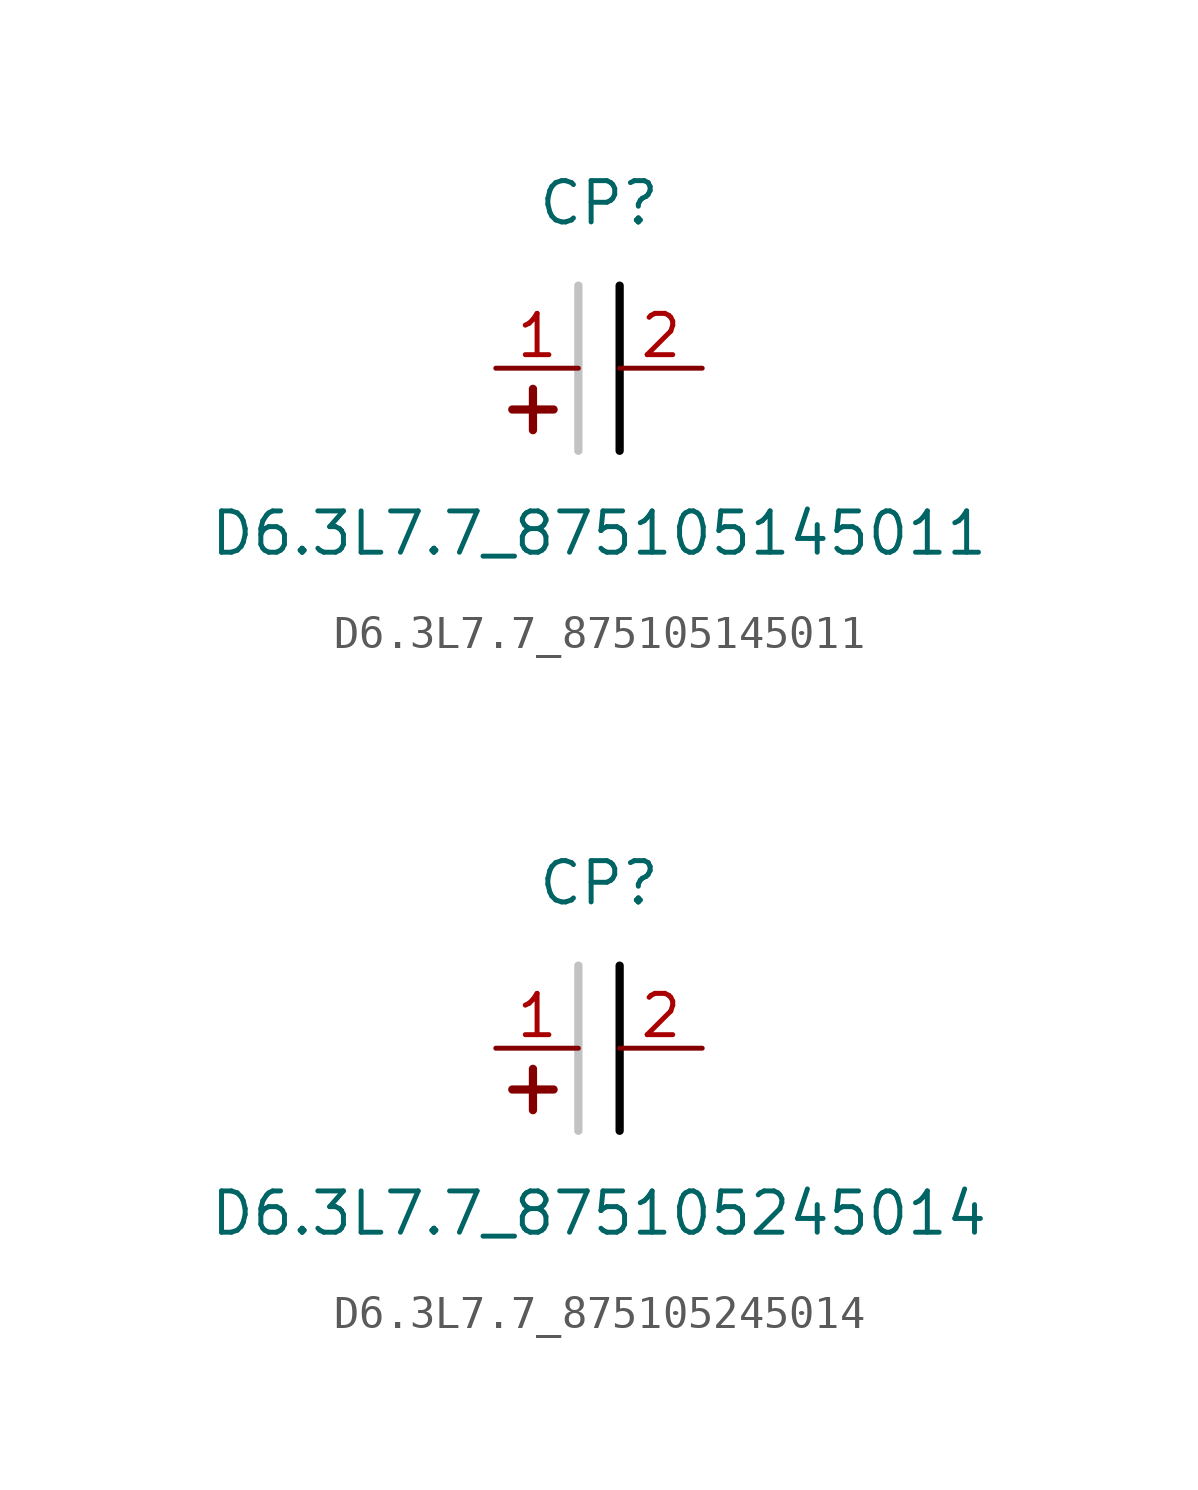
<source format=kicad_sym>
(kicad_symbol_lib
  (version 20220914)
  (generator kicad_symbol_editor)
  (symbol "D6.3L7.7_875105145011"
    (pin_names hide)
    (property "Reference" "CP"
      (at 0 5.08 0)
      (effects (font (size 1.27 1.27))))
    (property "Value" "D6.3L7.7_875105145011"
      (at 0 -5.08 0)
      (effects (font (size 1.27 1.27))))
    (symbol "D6.3L7.7_875105145011_1_1"
      (polyline (pts (xy -2.667 -1.27) (xy -1.397 -1.27)) (stroke (width 0.254) (type default)) (fill (type none)))
      (polyline (pts (xy -2.032 -0.635) (xy -2.032 -1.905)) (stroke (width 0.254) (type default)) (fill (type none)))
      (polyline (pts (xy -0.635 2.54) (xy -0.635 -2.54)) (stroke (width 0.254) (type default) (color 194 194 194 1)) (fill (type none)))
      (polyline (pts (xy 0.635 2.54) (xy 0.635 -2.54)) (stroke (width 0.254) (type default) (color 0 0 0 1)) (fill (type none)))
      (pin passive line (at -3.175 0 0) (length 2.54) (name "1" (effects (font (size 1.27 1.27)))) (number "1" (effects (font (size 1.27 1.27)))))
      (pin passive line (at 3.175 0 180) (length 2.54) (name "2" (effects (font (size 1.27 1.27)))) (number "2" (effects (font (size 1.27 1.27)))))))
  (symbol "D6.3L7.7_875105245014"
    (pin_names hide)
    (property "Reference" "CP"
      (at 0 5.08 0)
      (effects (font (size 1.27 1.27))))
    (property "Value" "D6.3L7.7_875105245014"
      (at 0 -5.08 0)
      (effects (font (size 1.27 1.27))))
    (symbol "D6.3L7.7_875105245014_1_1"
      (polyline (pts (xy -2.667 -1.27) (xy -1.397 -1.27)) (stroke (width 0.254) (type default)) (fill (type none)))
      (polyline (pts (xy -2.032 -0.635) (xy -2.032 -1.905)) (stroke (width 0.254) (type default)) (fill (type none)))
      (polyline (pts (xy -0.635 2.54) (xy -0.635 -2.54)) (stroke (width 0.254) (type default) (color 194 194 194 1)) (fill (type none)))
      (polyline (pts (xy 0.635 2.54) (xy 0.635 -2.54)) (stroke (width 0.254) (type default) (color 0 0 0 1)) (fill (type none)))
      (pin passive line (at -3.175 0 0) (length 2.54) (name "1" (effects (font (size 1.27 1.27)))) (number "1" (effects (font (size 1.27 1.27)))))
      (pin passive line (at 3.175 0 180) (length 2.54) (name "2" (effects (font (size 1.27 1.27)))) (number "2" (effects (font (size 1.27 1.27))))))))
</source>
